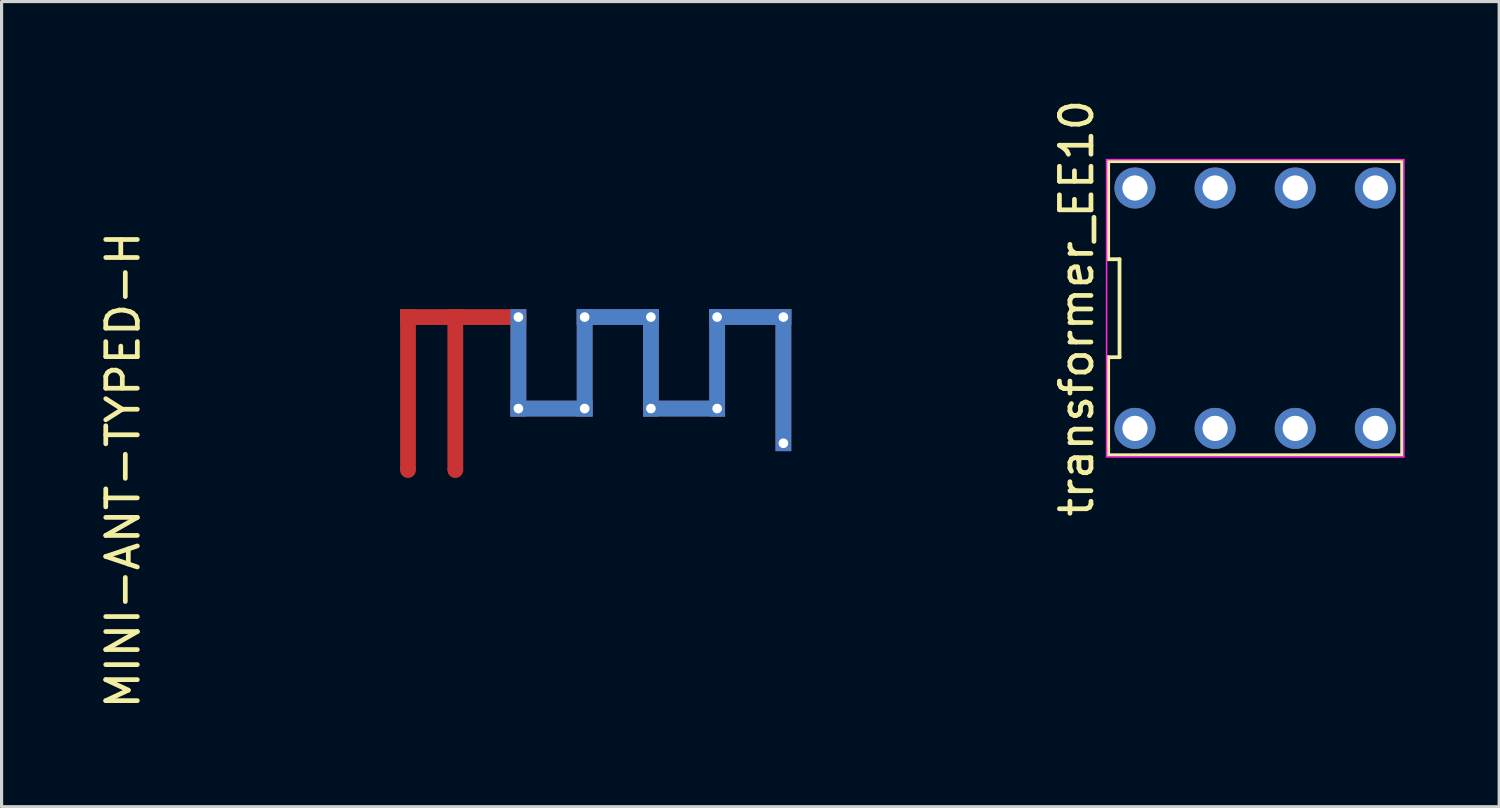
<source format=kicad_pcb>
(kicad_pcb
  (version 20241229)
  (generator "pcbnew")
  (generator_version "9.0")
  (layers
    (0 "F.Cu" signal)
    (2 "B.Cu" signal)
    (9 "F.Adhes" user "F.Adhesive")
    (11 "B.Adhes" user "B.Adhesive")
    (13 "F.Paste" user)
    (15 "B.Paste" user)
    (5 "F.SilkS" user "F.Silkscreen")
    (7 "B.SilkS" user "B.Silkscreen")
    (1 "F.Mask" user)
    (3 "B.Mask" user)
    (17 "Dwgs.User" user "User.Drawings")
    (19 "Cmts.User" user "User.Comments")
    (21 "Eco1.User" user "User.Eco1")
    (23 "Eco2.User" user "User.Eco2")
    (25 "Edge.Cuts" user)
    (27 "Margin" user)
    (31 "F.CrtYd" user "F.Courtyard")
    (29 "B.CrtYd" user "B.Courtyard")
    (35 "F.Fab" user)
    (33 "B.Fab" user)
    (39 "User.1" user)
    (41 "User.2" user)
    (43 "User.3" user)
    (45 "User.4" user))
  (footprint "MINI-ANT-TYPED-H"
    (layer "F.Cu")
    (at 9.633 11.851)
    (property "Reference" "MINI-ANT-TYPED-H" (at -8.785 0 90) (layer "F.SilkS") (effects (font (size 1 1) (thickness 0.15))))
    (attr smd)
    (dimension (type orthogonal) (layer "User.2") (pts (xy 9.633 11.851) (xy 10.133 6.75)) (height -2.08) (orientation 1) (format (prefix "") (suffix "") (units 3) (units_format 0) (precision 4) (suppress_zeroes yes)) (style (thickness 0.1) (arrow_length 1.27) (text_position_mode 0) (arrow_direction outward) (extension_height 0.586) (extension_offset 0.5) (keep_text_aligned yes)) (gr_text "5.1" (at 6.453 9.3 90) (layer "User.2") (effects (font (size 1 1) (thickness 0.1)))))
    (dimension (type orthogonal) (layer "User.2") (pts (xy 11.633 7.25) (xy 13.133 7.25)) (height -1.62) (orientation 0) (format (prefix "") (suffix "") (units 3) (units_format 0) (precision 4) (suppress_zeroes yes)) (style (thickness 0.1) (arrow_length 1.27) (text_position_mode 0) (arrow_direction outward) (extension_height 0.586) (extension_offset 0.5) (keep_text_aligned yes)) (gr_text "1.5" (at 12.383 4.53 0) (layer "User.2") (effects (font (size 1 1) (thickness 0.1)))))
    (dimension (type orthogonal) (layer "User.2") (pts (xy 19.433 6.75) (xy 19.933 10.15)) (height 4.67) (orientation 1) (format (prefix "") (suffix "") (units 3) (units_format 0) (precision 4) (suppress_zeroes yes)) (style (thickness 0.1) (arrow_length 1.27) (text_position_mode 0) (arrow_direction outward) (extension_height 0.586) (extension_offset 0.5) (keep_text_aligned yes)) (gr_text "3.4" (at 23.003 8.45 90) (layer "User.2") (effects (font (size 1 1) (thickness 0.1)))))
    (dimension (type orthogonal) (layer "User.2") (pts (xy 9.633 6.75) (xy 13.633 6.75)) (height -4.89) (orientation 0) (format (prefix "") (suffix "") (units 3) (units_format 0) (precision 4) (suppress_zeroes yes)) (style (thickness 0.1) (arrow_length 1.27) (text_position_mode 0) (arrow_direction outward) (extension_height 0.586) (extension_offset 0.5) (keep_text_aligned yes)) (gr_text "4" (at 11.633 0.76 0) (layer "User.2") (effects (font (size 1 1) (thickness 0.1)))))
    (dimension (type orthogonal) (layer "User.2") (pts (xy 10.133 7.25) (xy 11.133 7.25)) (height -1.53) (orientation 0) (format (prefix "") (suffix "") (units 3) (units_format 0) (precision 4) (suppress_zeroes yes)) (style (thickness 0.1) (arrow_length 1.27) (text_position_mode 0) (arrow_direction outward) (extension_height 0.586) (extension_offset 0.5) (keep_text_aligned yes)) (gr_text "1" (at 10.633 4.62 0) (layer "User.2") (effects (font (size 1 1) (thickness 0.1)))))
    (dimension (type orthogonal) (layer "User.2") (pts (xy 21.533 11.251) (xy 22.033 11.251)) (height 1.98) (orientation 0) (format (prefix "") (suffix "") (units 3) (units_format 0) (precision 4) (suppress_zeroes yes)) (style (thickness 0.1) (arrow_length 1.27) (text_position_mode 0) (arrow_direction inward) (extension_height 0.586) (extension_offset 0.5) (keep_text_aligned yes)) (gr_text "0.5" (at 21.783 12.13 0) (layer "User.2") (effects (font (size 1 1) (thickness 0.1)))))
    (dimension (type orthogonal) (layer "User.2") (pts (xy 19.433 6.75) (xy 22.033 11.251)) (height 7.16) (orientation 1) (format (prefix "") (suffix "") (units 3) (units_format 0) (precision 4) (suppress_zeroes yes)) (style (thickness 0.1) (arrow_length 1.27) (text_position_mode 0) (arrow_direction outward) (extension_height 0.586) (extension_offset 0.5) (keep_text_aligned yes)) (gr_text "4.5" (at 25.493 9.001 90) (layer "User.2") (effects (font (size 1 1) (thickness 0.1)))))
    (dimension (type orthogonal) (layer "User.2") (pts (xy 19.433 6.75) (xy 22.033 6.75)) (height -1.54) (orientation 0) (format (prefix "") (suffix "") (units 3) (units_format 0) (precision 4) (suppress_zeroes yes)) (style (thickness 0.1) (arrow_length 1.27) (text_position_mode 0) (arrow_direction outward) (extension_height 0.586) (extension_offset 0.5) (keep_text_aligned yes)) (gr_text "2.6" (at 20.733 4.111 0) (layer "User.2") (effects (font (size 1 1) (thickness 0.1)))))
    (pad "" smd rect (at 0.25 -2.55) (size 0.5 5.1) (layers "F.Cu" "F.Mask" "F.Paste"))
    (pad "" smd rect (at 1.75 -2.55) (size 0.5 5.1) (layers "F.Cu" "F.Mask" "F.Paste"))
    (pad "" smd rect (at 2 -4.85) (size 4 0.5) (layers "F.Cu" "F.Mask" "F.Paste"))
    (pad "" thru_hole circle (at 3.75 -4.85) (size 0.457 0.457) (drill 0.305) (property pad_prop_heatsink) (layers "*.Cu") (remove_unused_layers yes) (keep_end_layers yes) (zone_layer_connections))
    (pad "" smd rect (at 3.75 -3.4) (size 0.5 3.4) (layers "F.Cu" "F.Mask" "F.Paste"))
    (pad "" smd rect (at 3.75 -3.4) (size 0.5 3.4) (layers "F.Mask" "B.Cu" "F.Paste"))
    (pad "" thru_hole circle (at 3.75 -1.95) (size 0.457 0.457) (drill 0.305) (property pad_prop_heatsink) (layers "*.Cu") (remove_unused_layers yes) (keep_end_layers yes) (zone_layer_connections))
    (pad "" smd rect (at 4.8 -1.95) (size 2.6 0.5) (layers "F.Cu" "F.Mask" "F.Paste"))
    (pad "" smd rect (at 4.8 -1.95) (size 2.6 0.5) (layers "F.Mask" "B.Cu" "F.Paste"))
    (pad "" thru_hole circle (at 5.85 -4.85) (size 0.457 0.457) (drill 0.305) (property pad_prop_heatsink) (layers "*.Cu") (remove_unused_layers yes) (keep_end_layers yes) (zone_layer_connections))
    (pad "" smd rect (at 5.85 -3.4) (size 0.5 3.4) (layers "F.Cu" "F.Mask" "F.Paste"))
    (pad "" smd rect (at 5.85 -3.4) (size 0.5 3.4) (layers "F.Mask" "B.Cu" "F.Paste"))
    (pad "" thru_hole circle (at 5.85 -1.95) (size 0.457 0.457) (drill 0.305) (property pad_prop_heatsink) (layers "*.Cu") (remove_unused_layers yes) (keep_end_layers yes) (zone_layer_connections))
    (pad "" smd rect (at 6.9 -4.85) (size 2.6 0.5) (layers "F.Cu" "F.Mask" "F.Paste"))
    (pad "" smd rect (at 6.9 -4.85) (size 2.6 0.5) (layers "F.Mask" "B.Cu" "F.Paste"))
    (pad "" thru_hole circle (at 7.95 -4.85) (size 0.457 0.457) (drill 0.305) (property pad_prop_heatsink) (layers "*.Cu") (remove_unused_layers yes) (keep_end_layers yes) (zone_layer_connections))
    (pad "" smd rect (at 7.95 -3.4) (size 0.5 3.4) (layers "F.Cu" "F.Mask" "F.Paste"))
    (pad "" smd rect (at 7.95 -3.4) (size 0.5 3.4) (layers "F.Mask" "B.Cu" "F.Paste"))
    (pad "" thru_hole circle (at 7.95 -1.95) (size 0.457 0.457) (drill 0.305) (property pad_prop_heatsink) (layers "*.Cu") (remove_unused_layers yes) (keep_end_layers yes) (zone_layer_connections))
    (pad "" smd rect (at 9 -1.95) (size 2.6 0.5) (layers "F.Cu" "F.Mask" "F.Paste"))
    (pad "" smd rect (at 9 -1.95) (size 2.6 0.5) (layers "F.Mask" "B.Cu" "F.Paste"))
    (pad "" thru_hole circle (at 10.05 -4.85) (size 0.457 0.457) (drill 0.305) (property pad_prop_heatsink) (layers "*.Cu") (remove_unused_layers yes) (keep_end_layers yes) (zone_layer_connections))
    (pad "" smd rect (at 10.05 -3.4) (size 0.5 3.4) (layers "F.Cu" "F.Mask" "F.Paste"))
    (pad "" smd rect (at 10.05 -3.4) (size 0.5 3.4) (layers "F.Mask" "B.Cu" "F.Paste"))
    (pad "" thru_hole circle (at 10.05 -1.95) (size 0.457 0.457) (drill 0.305) (property pad_prop_heatsink) (layers "*.Cu") (remove_unused_layers yes) (keep_end_layers yes) (zone_layer_connections))
    (pad "" smd rect (at 11.1 -4.85) (size 2.6 0.5) (layers "F.Cu" "F.Mask" "F.Paste"))
    (pad "" smd rect (at 11.1 -4.85) (size 2.6 0.5) (layers "F.Mask" "B.Cu" "F.Paste"))
    (pad "" thru_hole circle (at 12.15 -4.85) (size 0.457 0.457) (drill 0.305) (property pad_prop_heatsink) (layers "*.Cu") (remove_unused_layers yes) (keep_end_layers yes) (zone_layer_connections))
    (pad "" smd rect (at 12.15 -2.85) (size 0.5 4.5) (layers "F.Cu" "F.Mask" "F.Paste"))
    (pad "" smd rect (at 12.15 -2.85) (size 0.5 4.5) (layers "F.Mask" "B.Cu" "F.Paste"))
    (pad "" thru_hole circle (at 12.15 -0.85) (size 0.457 0.457) (drill 0.305) (property pad_prop_heatsink) (layers "*.Cu") (remove_unused_layers yes) (keep_end_layers yes) (zone_layer_connections))
    (pad "1" smd circle (at 1.75 0) (size 0.5 0.5) (property pad_prop_heatsink) (layers "F.Cu" "F.Mask" "F.Paste"))
    (pad "2" smd circle (at 0.25 0) (size 0.5 0.5) (property pad_prop_heatsink) (layers "F.Cu" "F.Mask" "F.Paste"))
    (zone (net_name "") (layers "F.Cu" "B.Cu") (hatch edge 0.5) (connect_pads) (min_thickness 0.25) (filled_areas_thickness no) (keepout (tracks not_allowed) (vias not_allowed) (pads not_allowed) (copperpour not_allowed) (footprints not_allowed)) (placement (enabled no)) (fill) (polygon (pts (xy 9.233 6.401) (xy 9.233 11.851) (xy 22.433 11.851) (xy 22.433 6.401))))
    (zone (net_name "") (layers "F.Cu" "B.Cu") (hatch edge 0.5) (connect_pads) (min_thickness 0.25) (filled_areas_thickness no) (keepout (tracks allowed) (vias not_allowed) (pads not_allowed) (copperpour not_allowed) (footprints not_allowed)) (placement (enabled no)) (fill) (polygon (pts (xy 9.233 6.401) (xy 9.233 12.101) (xy 22.433 12.101) (xy 22.433 6.401)))))
  (footprint "transformer_EE10"
    (layer "F.Cu")
    (at 36.738 6.72)
    (property "Reference" "transformer_EE10" (at -5.66 0 90) (layer "F.SilkS") (effects (font (size 1 1) (thickness 0.15))))
    (attr through_hole)
    (fp_line (start -4.66 -4.66) (end -4.66 -1.553) (stroke (width 0.12) (type default)) (layer "F.SilkS"))
    (fp_line (start -4.66 -1.553) (end -4.3 -1.553) (stroke (width 0.12) (type default)) (layer "F.SilkS"))
    (fp_line (start -4.66 1.553) (end -4.66 4.66) (stroke (width 0.12) (type default)) (layer "F.SilkS"))
    (fp_line (start -4.66 4.66) (end 4.66 4.66) (stroke (width 0.12) (type default)) (layer "F.SilkS"))
    (fp_line (start -4.3 -1.553) (end -4.3 1.553) (stroke (width 0.12) (type default)) (layer "F.SilkS"))
    (fp_line (start -4.3 1.553) (end -4.66 1.553) (stroke (width 0.12) (type default)) (layer "F.SilkS"))
    (fp_line (start 4.66 -4.66) (end -4.66 -4.66) (stroke (width 0.12) (type default)) (layer "F.SilkS"))
    (fp_line (start 4.66 4.66) (end 4.66 -4.66) (stroke (width 0.12) (type default)) (layer "F.SilkS"))
    (fp_line (start -4.71 -4.71) (end 4.71 -4.71) (stroke (width 0.05) (type default)) (layer "F.CrtYd"))
    (fp_line (start -4.71 4.71) (end -4.71 -4.71) (stroke (width 0.05) (type default)) (layer "F.CrtYd"))
    (fp_line (start 4.71 -4.71) (end 4.71 4.71) (stroke (width 0.05) (type default)) (layer "F.CrtYd"))
    (fp_line (start 4.71 4.71) (end -4.71 4.71) (stroke (width 0.05) (type default)) (layer "F.CrtYd"))
    (pad "1" thru_hole circle (at -3.81 3.81) (size 1.3 1.3) (drill 0.8) (layers "*.Cu" "*.Mask"))
    (pad "2" thru_hole circle (at -1.27 3.81) (size 1.3 1.3) (drill 0.8) (layers "*.Cu" "*.Mask"))
    (pad "3" thru_hole circle (at 1.27 3.81) (size 1.3 1.3) (drill 0.8) (layers "*.Cu" "*.Mask"))
    (pad "4" thru_hole circle (at 3.81 3.81) (size 1.3 1.3) (drill 0.8) (layers "*.Cu" "*.Mask"))
    (pad "5" thru_hole circle (at 3.81 -3.81) (size 1.3 1.3) (drill 0.8) (layers "*.Cu" "*.Mask"))
    (pad "6" thru_hole circle (at 1.27 -3.81) (size 1.3 1.3) (drill 0.8) (layers "*.Cu" "*.Mask"))
    (pad "7" thru_hole circle (at -1.27 -3.81) (size 1.3 1.3) (drill 0.8) (layers "*.Cu" "*.Mask"))
    (pad "8" thru_hole circle (at -3.81 -3.81) (size 1.3 1.3) (drill 0.8) (layers "*.Cu" "*.Mask")))
  (gr_rect
    (start -3 -3)
    (end 44.473 22.523)
    (stroke (width 0.1) (type default))
    (fill no)
    (layer "Edge.Cuts")))
</source>
